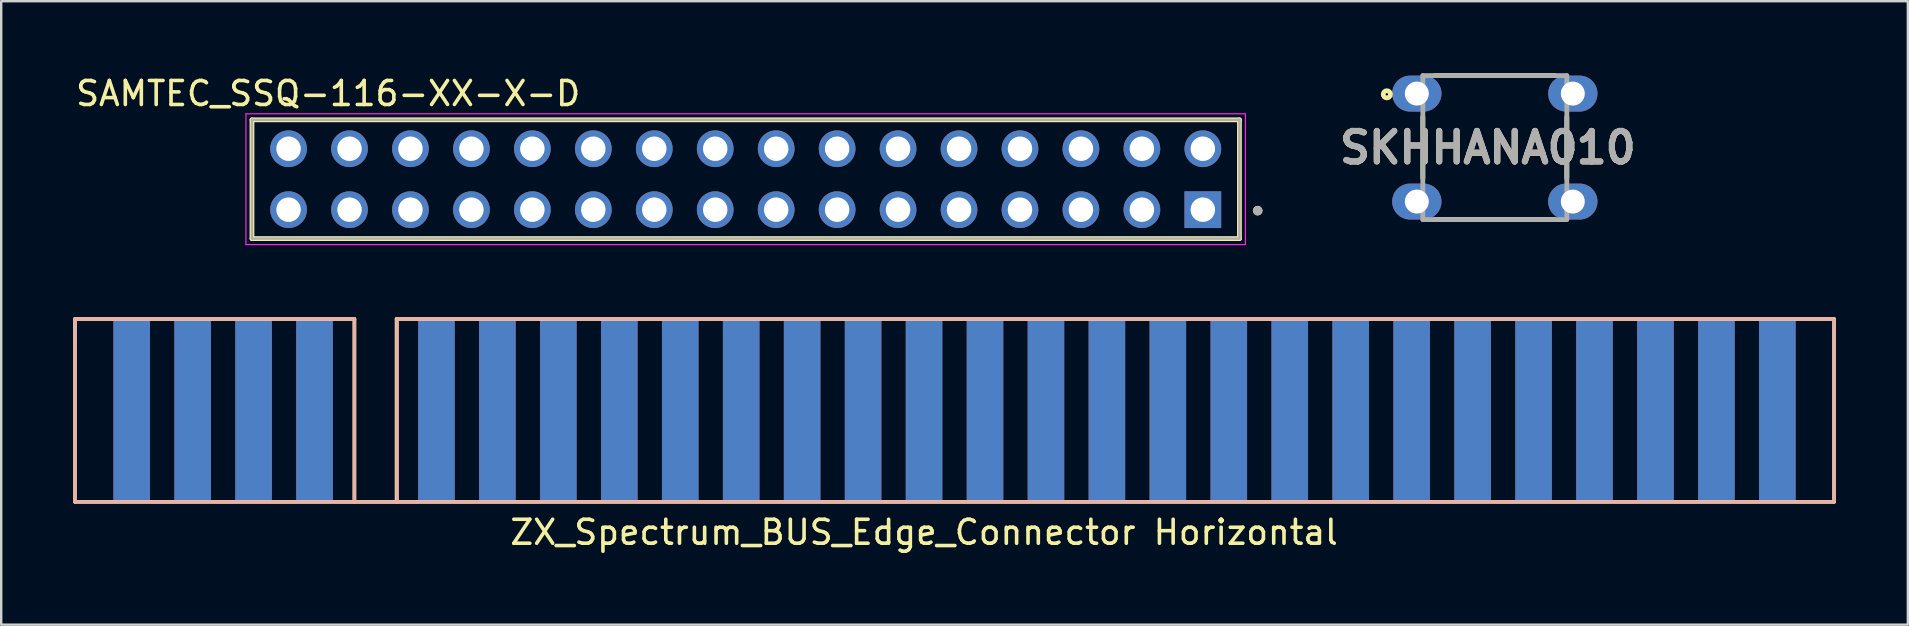
<source format=kicad_pcb>
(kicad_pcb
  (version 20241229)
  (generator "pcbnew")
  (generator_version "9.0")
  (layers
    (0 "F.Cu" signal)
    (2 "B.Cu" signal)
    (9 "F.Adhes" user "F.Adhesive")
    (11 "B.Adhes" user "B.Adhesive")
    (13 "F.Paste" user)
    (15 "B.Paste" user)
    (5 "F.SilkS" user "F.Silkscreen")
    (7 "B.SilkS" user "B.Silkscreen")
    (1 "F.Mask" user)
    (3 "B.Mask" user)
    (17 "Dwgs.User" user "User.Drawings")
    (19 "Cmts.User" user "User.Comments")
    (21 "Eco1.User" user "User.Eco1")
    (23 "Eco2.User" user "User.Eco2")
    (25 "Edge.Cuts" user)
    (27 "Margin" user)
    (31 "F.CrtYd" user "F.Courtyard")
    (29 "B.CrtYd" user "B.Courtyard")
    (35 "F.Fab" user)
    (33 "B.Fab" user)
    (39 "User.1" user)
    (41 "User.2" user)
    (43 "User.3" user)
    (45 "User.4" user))
  (footprint "ZX_Spectrum_BUS_Edge_Connector Horizontal"
    (layer "F.Cu")
    (at 35.457 14.053)
    (property "Reference" "ZX_Spectrum_BUS_Edge_Connector Horizontal" (at 0 5.08 0) (layer "F.SilkS") (effects (font (size 1 1) (thickness 0.15))))
    (attr smd)
    (fp_line (start -35.382 -3.81) (end -35.382 3.81) (stroke (width 0.15) (type solid)) (layer "F.SilkS"))
    (fp_line (start -23.738 -3.81) (end -35.382 -3.81) (stroke (width 0.15) (type solid)) (layer "F.SilkS"))
    (fp_line (start -23.738 -3.81) (end -23.738 3.81) (stroke (width 0.15) (type solid)) (layer "F.SilkS"))
    (fp_line (start -21.982 -3.81) (end -21.982 3.81) (stroke (width 0.15) (type solid)) (layer "F.SilkS"))
    (fp_line (start -21.982 -3.81) (end 37.922 -3.81) (stroke (width 0.15) (type solid)) (layer "F.SilkS"))
    (fp_line (start 37.922 -3.81) (end 37.922 3.81) (stroke (width 0.15) (type solid)) (layer "F.SilkS"))
    (fp_line (start 37.922 3.81) (end -35.382 3.81) (stroke (width 0.15) (type solid)) (layer "F.SilkS"))
    (fp_line (start -35.382 3.81) (end -35.382 -3.81) (stroke (width 0.15) (type solid)) (layer "B.SilkS"))
    (fp_line (start -23.738 -3.81) (end -35.382 -3.81) (stroke (width 0.15) (type solid)) (layer "B.SilkS"))
    (fp_line (start -23.738 3.81) (end -23.738 -3.81) (stroke (width 0.15) (type solid)) (layer "B.SilkS"))
    (fp_line (start -21.96 3.81) (end -21.96 -3.81) (stroke (width 0.15) (type solid)) (layer "B.SilkS"))
    (fp_line (start -21.82 -3.81) (end 37.922 -3.81) (stroke (width 0.15) (type solid)) (layer "B.SilkS"))
    (fp_line (start 37.922 -3.81) (end 37.922 3.81) (stroke (width 0.15) (type solid)) (layer "B.SilkS"))
    (fp_line (start 37.922 3.81) (end -35.382 3.81) (stroke (width 0.15) (type solid)) (layer "B.SilkS"))
    (pad "A1" smd rect (at -33.02 0) (size 1.524 7.62) (layers "F.Cu" "F.Mask" "F.Paste"))
    (pad "A2" smd rect (at -30.48 0) (size 1.524 7.62) (layers "F.Cu" "F.Mask" "F.Paste"))
    (pad "A3" smd rect (at -27.94 0) (size 1.524 7.62) (layers "F.Cu" "F.Mask" "F.Paste"))
    (pad "A4" smd rect (at -25.4 0) (size 1.524 7.62) (layers "F.Cu" "F.Mask" "F.Paste"))
    (pad "A6" smd rect (at -20.32 0) (size 1.524 7.62) (layers "F.Cu" "F.Mask" "F.Paste"))
    (pad "A7" smd rect (at -17.78 0) (size 1.524 7.62) (layers "F.Cu" "F.Mask" "F.Paste"))
    (pad "A8" smd rect (at -15.24 0) (size 1.524 7.62) (layers "F.Cu" "F.Mask" "F.Paste"))
    (pad "A9" smd rect (at -12.7 0) (size 1.524 7.62) (layers "F.Cu" "F.Mask" "F.Paste"))
    (pad "A10" smd rect (at -10.16 0) (size 1.524 7.62) (layers "F.Cu" "F.Mask" "F.Paste"))
    (pad "A11" smd rect (at -7.62 0) (size 1.524 7.62) (layers "F.Cu" "F.Mask" "F.Paste"))
    (pad "A12" smd rect (at -5.08 0) (size 1.524 7.62) (layers "F.Cu" "F.Mask" "F.Paste"))
    (pad "A13" smd rect (at -2.54 0) (size 1.524 7.62) (layers "F.Cu" "F.Mask" "F.Paste"))
    (pad "A14" smd rect (at 0 0) (size 1.524 7.62) (layers "F.Cu" "F.Mask" "F.Paste"))
    (pad "A15" smd rect (at 2.54 0) (size 1.524 7.62) (layers "F.Cu" "F.Mask" "F.Paste"))
    (pad "A16" smd rect (at 5.08 0) (size 1.524 7.62) (layers "F.Cu" "F.Mask" "F.Paste"))
    (pad "A17" smd rect (at 7.62 0) (size 1.524 7.62) (layers "F.Cu" "F.Mask" "F.Paste"))
    (pad "A18" smd rect (at 10.16 0) (size 1.524 7.62) (layers "F.Cu" "F.Mask" "F.Paste"))
    (pad "A19" smd rect (at 12.7 0) (size 1.524 7.62) (layers "F.Cu" "F.Mask" "F.Paste"))
    (pad "A20" smd rect (at 15.24 0) (size 1.524 7.62) (layers "F.Cu" "F.Mask" "F.Paste"))
    (pad "A21" smd rect (at 17.78 0) (size 1.524 7.62) (layers "F.Cu" "F.Mask" "F.Paste"))
    (pad "A22" smd rect (at 20.32 0) (size 1.524 7.62) (layers "F.Cu" "F.Mask" "F.Paste"))
    (pad "A23" smd rect (at 22.86 0) (size 1.524 7.62) (layers "F.Cu" "F.Mask" "F.Paste"))
    (pad "A24" smd rect (at 25.4 0) (size 1.524 7.62) (layers "F.Cu" "F.Mask" "F.Paste"))
    (pad "A25" smd rect (at 27.94 0) (size 1.524 7.62) (layers "F.Cu" "F.Mask" "F.Paste"))
    (pad "A26" smd rect (at 30.48 0) (size 1.524 7.62) (layers "F.Cu" "F.Mask" "F.Paste"))
    (pad "A27" smd rect (at 33.02 0) (size 1.524 7.62) (layers "F.Cu" "F.Mask" "F.Paste"))
    (pad "A28" smd rect (at 35.56 0) (size 1.524 7.62) (layers "F.Cu" "F.Mask" "F.Paste"))
    (pad "B1" smd rect (at -33.02 0) (size 1.524 7.62) (layers "B.Cu" "B.Mask" "B.Paste"))
    (pad "B2" smd rect (at -30.48 0) (size 1.524 7.62) (layers "B.Cu" "B.Mask" "B.Paste"))
    (pad "B3" smd rect (at -27.94 0) (size 1.524 7.62) (layers "B.Cu" "B.Mask" "B.Paste"))
    (pad "B4" smd rect (at -25.4 0) (size 1.524 7.62) (layers "B.Cu" "B.Mask" "B.Paste"))
    (pad "B6" smd rect (at -20.32 0) (size 1.524 7.62) (layers "B.Cu" "B.Mask" "B.Paste"))
    (pad "B7" smd rect (at -17.78 0) (size 1.524 7.62) (layers "B.Cu" "B.Mask" "B.Paste"))
    (pad "B8" smd rect (at -15.24 0) (size 1.524 7.62) (layers "B.Cu" "B.Mask" "B.Paste"))
    (pad "B9" smd rect (at -12.7 0) (size 1.524 7.62) (layers "B.Cu" "B.Mask" "B.Paste"))
    (pad "B10" smd rect (at -10.16 0) (size 1.524 7.62) (layers "B.Cu" "B.Mask" "B.Paste"))
    (pad "B11" smd rect (at -7.62 0) (size 1.524 7.62) (layers "B.Cu" "B.Mask" "B.Paste"))
    (pad "B12" smd rect (at -5.08 0) (size 1.524 7.62) (layers "B.Cu" "B.Mask" "B.Paste"))
    (pad "B13" smd rect (at -2.54 0) (size 1.524 7.62) (layers "B.Cu" "B.Mask" "B.Paste"))
    (pad "B14" smd rect (at 0 0) (size 1.524 7.62) (layers "B.Cu" "B.Mask" "B.Paste"))
    (pad "B15" smd rect (at 2.54 0) (size 1.524 7.62) (layers "B.Cu" "B.Mask" "B.Paste"))
    (pad "B16" smd rect (at 5.08 0) (size 1.524 7.62) (layers "B.Cu" "B.Mask" "B.Paste"))
    (pad "B17" smd rect (at 7.62 0) (size 1.524 7.62) (layers "B.Cu" "B.Mask" "B.Paste"))
    (pad "B18" smd rect (at 10.16 0) (size 1.524 7.62) (layers "B.Cu" "B.Mask" "B.Paste"))
    (pad "B19" smd rect (at 12.7 0) (size 1.524 7.62) (layers "B.Cu" "B.Mask" "B.Paste"))
    (pad "B20" smd rect (at 15.24 0) (size 1.524 7.62) (layers "B.Cu" "B.Mask" "B.Paste"))
    (pad "B21" smd rect (at 17.78 0) (size 1.524 7.62) (layers "B.Cu" "B.Mask" "B.Paste"))
    (pad "B22" smd rect (at 20.32 0) (size 1.524 7.62) (layers "B.Cu" "B.Mask" "B.Paste"))
    (pad "B23" smd rect (at 22.86 0) (size 1.524 7.62) (layers "B.Cu" "B.Mask" "B.Paste"))
    (pad "B24" smd rect (at 25.4 0) (size 1.524 7.62) (layers "B.Cu" "B.Mask" "B.Paste"))
    (pad "B25" smd rect (at 27.94 0) (size 1.524 7.62) (layers "B.Cu" "B.Mask" "B.Paste"))
    (pad "B26" smd rect (at 30.48 0) (size 1.524 7.62) (layers "B.Cu" "B.Mask" "B.Paste"))
    (pad "B27" smd rect (at 33.02 0) (size 1.524 7.62) (layers "B.Cu" "B.Mask" "B.Paste"))
    (pad "B28" smd rect (at 35.56 0) (size 1.524 7.62) (layers "B.Cu" "B.Mask" "B.Paste")))
  (footprint "SAMTEC_SSQ-116-XX-X-D"
    (layer "F.Cu")
    (at 28.025 4.418)
    (property "Reference" "SAMTEC_SSQ-116-XX-X-D" (at -17.4 -3.57 0) (layer "F.SilkS") (effects (font (size 1 1) (thickness 0.15))))
    (attr through_hole)
    (fp_line (start -20.575 -2.475) (end -20.575 2.475) (stroke (width 0.2) (type solid)) (layer "F.SilkS"))
    (fp_line (start -20.575 2.475) (end 20.575 2.475) (stroke (width 0.2) (type solid)) (layer "F.SilkS"))
    (fp_line (start 20.575 -2.475) (end -20.575 -2.475) (stroke (width 0.2) (type solid)) (layer "F.SilkS"))
    (fp_line (start 20.575 2.475) (end 20.575 -2.475) (stroke (width 0.2) (type solid)) (layer "F.SilkS"))
    (fp_circle (center 21.335 1.31) (end 21.435 1.31) (stroke (width 0.2) (type solid)) (fill no) (layer "F.SilkS"))
    (fp_line (start -20.825 -2.725) (end -20.825 2.725) (stroke (width 0.05) (type solid)) (layer "F.CrtYd"))
    (fp_line (start -20.825 2.725) (end 20.825 2.725) (stroke (width 0.05) (type solid)) (layer "F.CrtYd"))
    (fp_line (start 20.825 -2.725) (end -20.825 -2.725) (stroke (width 0.05) (type solid)) (layer "F.CrtYd"))
    (fp_line (start 20.825 2.725) (end 20.825 -2.725) (stroke (width 0.05) (type solid)) (layer "F.CrtYd"))
    (fp_line (start -20.575 -2.475) (end -20.575 2.475) (stroke (width 0.1) (type solid)) (layer "F.Fab"))
    (fp_line (start -20.575 -2.475) (end 20.575 -2.475) (stroke (width 0.1) (type solid)) (layer "F.Fab"))
    (fp_line (start -20.575 2.475) (end 20.575 2.475) (stroke (width 0.1) (type solid)) (layer "F.Fab"))
    (fp_line (start 20.575 2.475) (end 20.575 -2.475) (stroke (width 0.1) (type solid)) (layer "F.Fab"))
    (fp_circle (center 21.335 1.31) (end 21.435 1.31) (stroke (width 0.2) (type solid)) (fill no) (layer "F.Fab"))
    (pad "01" thru_hole rect (at 19.05 1.27) (size 1.53 1.53) (drill 1.02) (layers "*.Cu" "*.Mask"))
    (pad "02" thru_hole circle (at 19.05 -1.27) (size 1.53 1.53) (drill 1.02) (layers "*.Cu" "*.Mask"))
    (pad "03" thru_hole circle (at 16.51 1.27) (size 1.53 1.53) (drill 1.02) (layers "*.Cu" "*.Mask"))
    (pad "04" thru_hole circle (at 16.51 -1.27) (size 1.53 1.53) (drill 1.02) (layers "*.Cu" "*.Mask"))
    (pad "05" thru_hole circle (at 13.97 1.27) (size 1.53 1.53) (drill 1.02) (layers "*.Cu" "*.Mask"))
    (pad "06" thru_hole circle (at 13.97 -1.27) (size 1.53 1.53) (drill 1.02) (layers "*.Cu" "*.Mask"))
    (pad "07" thru_hole circle (at 11.43 1.27) (size 1.53 1.53) (drill 1.02) (layers "*.Cu" "*.Mask"))
    (pad "08" thru_hole circle (at 11.43 -1.27) (size 1.53 1.53) (drill 1.02) (layers "*.Cu" "*.Mask"))
    (pad "09" thru_hole circle (at 8.89 1.27) (size 1.53 1.53) (drill 1.02) (layers "*.Cu" "*.Mask"))
    (pad "10" thru_hole circle (at 8.89 -1.27) (size 1.53 1.53) (drill 1.02) (layers "*.Cu" "*.Mask"))
    (pad "11" thru_hole circle (at 6.35 1.27) (size 1.53 1.53) (drill 1.02) (layers "*.Cu" "*.Mask"))
    (pad "12" thru_hole circle (at 6.35 -1.27) (size 1.53 1.53) (drill 1.02) (layers "*.Cu" "*.Mask"))
    (pad "13" thru_hole circle (at 3.81 1.27) (size 1.53 1.53) (drill 1.02) (layers "*.Cu" "*.Mask"))
    (pad "14" thru_hole circle (at 3.81 -1.27) (size 1.53 1.53) (drill 1.02) (layers "*.Cu" "*.Mask"))
    (pad "15" thru_hole circle (at 1.27 1.27) (size 1.53 1.53) (drill 1.02) (layers "*.Cu" "*.Mask"))
    (pad "16" thru_hole circle (at 1.27 -1.27) (size 1.53 1.53) (drill 1.02) (layers "*.Cu" "*.Mask"))
    (pad "17" thru_hole circle (at -1.27 1.27) (size 1.53 1.53) (drill 1.02) (layers "*.Cu" "*.Mask"))
    (pad "18" thru_hole circle (at -1.27 -1.27) (size 1.53 1.53) (drill 1.02) (layers "*.Cu" "*.Mask"))
    (pad "19" thru_hole circle (at -3.81 1.27) (size 1.53 1.53) (drill 1.02) (layers "*.Cu" "*.Mask"))
    (pad "20" thru_hole circle (at -3.81 -1.27) (size 1.53 1.53) (drill 1.02) (layers "*.Cu" "*.Mask"))
    (pad "21" thru_hole circle (at -6.35 1.27) (size 1.53 1.53) (drill 1.02) (layers "*.Cu" "*.Mask"))
    (pad "22" thru_hole circle (at -6.35 -1.27) (size 1.53 1.53) (drill 1.02) (layers "*.Cu" "*.Mask"))
    (pad "23" thru_hole circle (at -8.89 1.27) (size 1.53 1.53) (drill 1.02) (layers "*.Cu" "*.Mask"))
    (pad "24" thru_hole circle (at -8.89 -1.27) (size 1.53 1.53) (drill 1.02) (layers "*.Cu" "*.Mask"))
    (pad "25" thru_hole circle (at -11.43 1.27) (size 1.53 1.53) (drill 1.02) (layers "*.Cu" "*.Mask"))
    (pad "26" thru_hole circle (at -11.43 -1.27) (size 1.53 1.53) (drill 1.02) (layers "*.Cu" "*.Mask"))
    (pad "27" thru_hole circle (at -13.97 1.27) (size 1.53 1.53) (drill 1.02) (layers "*.Cu" "*.Mask"))
    (pad "28" thru_hole circle (at -13.97 -1.27) (size 1.53 1.53) (drill 1.02) (layers "*.Cu" "*.Mask"))
    (pad "29" thru_hole circle (at -16.51 1.27) (size 1.53 1.53) (drill 1.02) (layers "*.Cu" "*.Mask"))
    (pad "30" thru_hole circle (at -16.51 -1.27) (size 1.53 1.53) (drill 1.02) (layers "*.Cu" "*.Mask"))
    (pad "31" thru_hole circle (at -19.05 1.27) (size 1.53 1.53) (drill 1.02) (layers "*.Cu" "*.Mask"))
    (pad "32" thru_hole circle (at -19.05 -1.27) (size 1.53 1.53) (drill 1.02) (layers "*.Cu" "*.Mask")))
  (footprint "SKHHANA010"
    (layer "F.Cu")
    (at 59.243 3.1)
    (property "Reference" "SKHHANA010" (at -0.291 0.003 0) (layer "F.SilkS") (effects (font (size 1.27 1.27) (thickness 0.254))))
    (attr through_hole)
    (fp_line (start -3 -1.272) (end -3 1.277) (stroke (width 0.2) (type solid)) (layer "F.SilkS"))
    (fp_line (start -2.5 -3) (end 2.5 -3) (stroke (width 0.2) (type solid)) (layer "F.SilkS"))
    (fp_line (start -2.5 3) (end 2.5 3) (stroke (width 0.2) (type solid)) (layer "F.SilkS"))
    (fp_line (start 3 -1.272) (end 3 1.277) (stroke (width 0.2) (type solid)) (layer "F.SilkS"))
    (fp_circle (center -4.5 -2.22) (end -4.5 -2.17) (stroke (width 0.2) (type solid)) (fill no) (layer "F.SilkS"))
    (fp_line (start -3 -3) (end 3 -3) (stroke (width 0.2) (type solid)) (layer "F.Fab"))
    (fp_line (start -3 3) (end -3 -3) (stroke (width 0.2) (type solid)) (layer "F.Fab"))
    (fp_line (start 3 -3) (end 3 3) (stroke (width 0.2) (type solid)) (layer "F.Fab"))
    (fp_line (start 3 3) (end -3 3) (stroke (width 0.2) (type solid)) (layer "F.Fab"))
    (fp_text user "${REFERENCE}" (at -0.291 0.003 0) (layer "F.Fab") (effects (font (size 1.27 1.27) (thickness 0.254))))
    (pad "1" thru_hole oval (at -3.25 -2.25) (size 2.055 1.5) (drill 1) (layers "*.Cu" "*.Mask"))
    (pad "2" thru_hole oval (at 3.25 -2.25) (size 2.055 1.5) (drill 1) (layers "*.Cu" "*.Mask"))
    (pad "3" thru_hole oval (at -3.25 2.25) (size 2.055 1.5) (drill 1) (layers "*.Cu" "*.Mask"))
    (pad "4" thru_hole oval (at 3.25 2.25) (size 2.055 1.5) (drill 1) (layers "*.Cu" "*.Mask")))
  (gr_rect
    (start -3 -3)
    (end 76.454 22.982)
    (stroke (width 0.1) (type default))
    (fill no)
    (layer "Edge.Cuts")))
</source>
